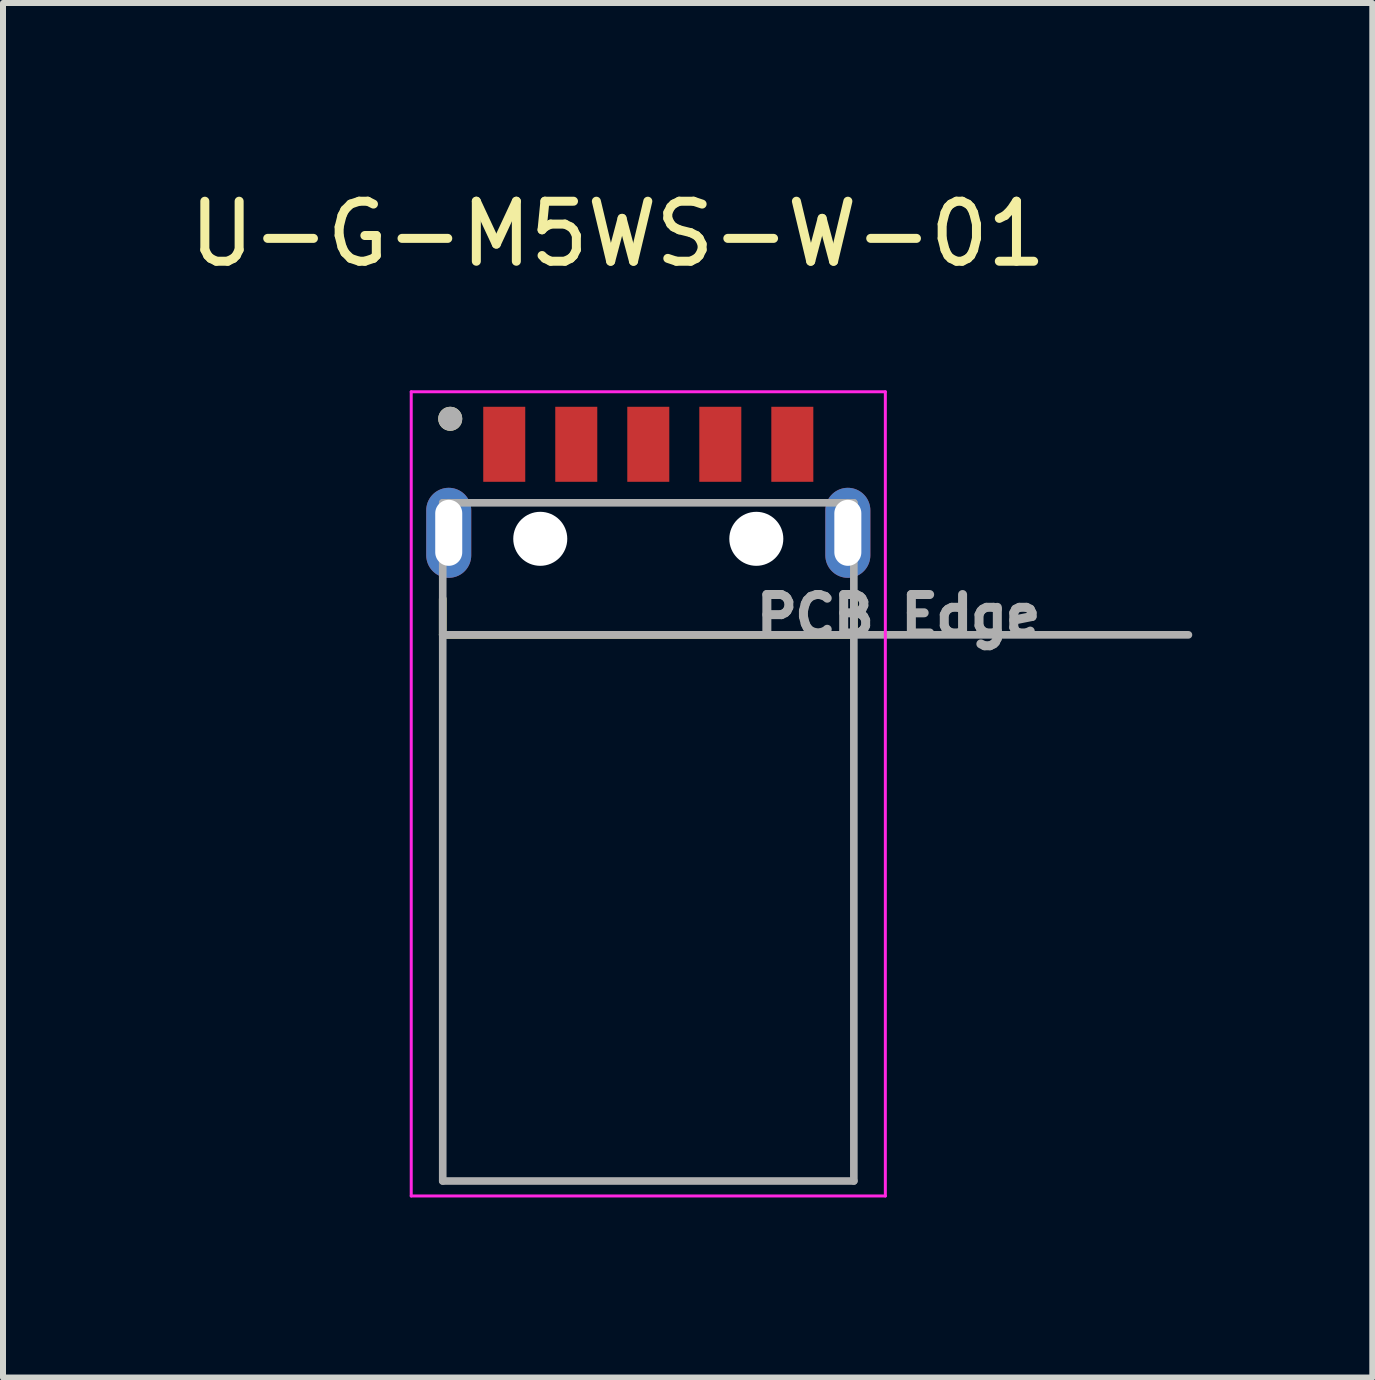
<source format=kicad_pcb>
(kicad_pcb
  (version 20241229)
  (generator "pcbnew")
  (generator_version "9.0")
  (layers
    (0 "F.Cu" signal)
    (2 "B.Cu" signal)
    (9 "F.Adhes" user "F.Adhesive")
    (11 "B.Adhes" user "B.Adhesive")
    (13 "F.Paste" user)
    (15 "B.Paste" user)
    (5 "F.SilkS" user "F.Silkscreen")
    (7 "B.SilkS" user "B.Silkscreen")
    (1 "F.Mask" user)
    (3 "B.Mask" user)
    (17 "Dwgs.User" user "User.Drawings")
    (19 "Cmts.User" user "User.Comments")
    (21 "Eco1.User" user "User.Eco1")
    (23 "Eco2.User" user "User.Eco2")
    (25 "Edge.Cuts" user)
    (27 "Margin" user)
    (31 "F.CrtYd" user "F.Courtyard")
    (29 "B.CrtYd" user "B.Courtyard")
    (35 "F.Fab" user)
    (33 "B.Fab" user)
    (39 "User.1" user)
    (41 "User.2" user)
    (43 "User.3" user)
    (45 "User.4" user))
  (footprint "U-G-M5WS-W-01"
    (layer "F.Cu")
    (at 7.752 5.928)
    (property "Reference" "U-G-M5WS-W-01" (at -0.508 -5.08 0) (layer "F.SilkS") (effects (font (size 1 1) (thickness 0.15))))
    (attr smd)
    (fp_line (start -3.425 1) (end -3.425 1.6) (stroke (width 0.127) (type solid)) (layer "F.SilkS"))
    (fp_line (start -3.425 1.6) (end 3.425 1.6) (stroke (width 0.127) (type solid)) (layer "F.SilkS"))
    (fp_line (start 3.425 1.6) (end 3.425 1) (stroke (width 0.127) (type solid)) (layer "F.SilkS"))
    (fp_circle (center -3.3 -2) (end -3.2 -2) (stroke (width 0.2) (type solid)) (fill no) (layer "F.SilkS"))
    (fp_line (start -3.95 -2.45) (end 3.95 -2.45) (stroke (width 0.05) (type solid)) (layer "F.CrtYd"))
    (fp_line (start -3.95 10.95) (end -3.95 -2.45) (stroke (width 0.05) (type solid)) (layer "F.CrtYd"))
    (fp_line (start 3.95 -2.45) (end 3.95 10.95) (stroke (width 0.05) (type solid)) (layer "F.CrtYd"))
    (fp_line (start 3.95 10.95) (end -3.95 10.95) (stroke (width 0.05) (type solid)) (layer "F.CrtYd"))
    (fp_line (start -3.425 -0.6) (end 3.425 -0.6) (stroke (width 0.127) (type solid)) (layer "F.Fab"))
    (fp_line (start -3.425 1.6) (end -3.425 -0.6) (stroke (width 0.127) (type solid)) (layer "F.Fab"))
    (fp_line (start -3.425 1.6) (end 9 1.6) (stroke (width 0.127) (type solid)) (layer "F.Fab"))
    (fp_line (start -3.425 10.7) (end -3.425 1.6) (stroke (width 0.127) (type solid)) (layer "F.Fab"))
    (fp_line (start 3.425 -0.6) (end 3.425 10.7) (stroke (width 0.127) (type solid)) (layer "F.Fab"))
    (fp_line (start 3.425 10.7) (end -3.425 10.7) (stroke (width 0.127) (type solid)) (layer "F.Fab"))
    (fp_circle (center -3.3 -2) (end -3.2 -2) (stroke (width 0.2) (type solid)) (fill no) (layer "F.Fab"))
    (fp_text user "PCB Edge" (at 4.17 1.28 0) (layer "F.Fab") (effects (font (size 0.64 0.64) (thickness 0.15))))
    (pad "" np_thru_hole circle (at -1.8 0) (size 0.9 0.9) (drill 0.9) (layers "*.Cu" "*.Mask"))
    (pad "" np_thru_hole circle (at 1.8 0) (size 0.9 0.9) (drill 0.9) (layers "*.Cu" "*.Mask"))
    (pad "1" smd rect (at -2.4 -1.575) (size 0.7 1.25) (layers "F.Cu" "F.Mask" "F.Paste"))
    (pad "2" smd rect (at -1.2 -1.575) (size 0.7 1.25) (layers "F.Cu" "F.Mask" "F.Paste"))
    (pad "3" smd rect (at 0 -1.575) (size 0.7 1.25) (layers "F.Cu" "F.Mask" "F.Paste"))
    (pad "4" smd rect (at 1.2 -1.575) (size 0.7 1.25) (layers "F.Cu" "F.Mask" "F.Paste"))
    (pad "5" smd rect (at 2.4 -1.575) (size 0.7 1.25) (layers "F.Cu" "F.Mask" "F.Paste"))
    (pad "S1" thru_hole oval (at -3.325 -0.1) (size 0.75 1.5) (drill oval 0.45 1.1) (layers "*.Cu" "*.Mask"))
    (pad "S2" thru_hole oval (at 3.325 -0.1) (size 0.75 1.5) (drill oval 0.45 1.1) (layers "*.Cu" "*.Mask")))
  (gr_rect
    (start -3 -3)
    (end 19.816 19.903)
    (stroke (width 0.1) (type default))
    (fill no)
    (layer "Edge.Cuts")))
</source>
